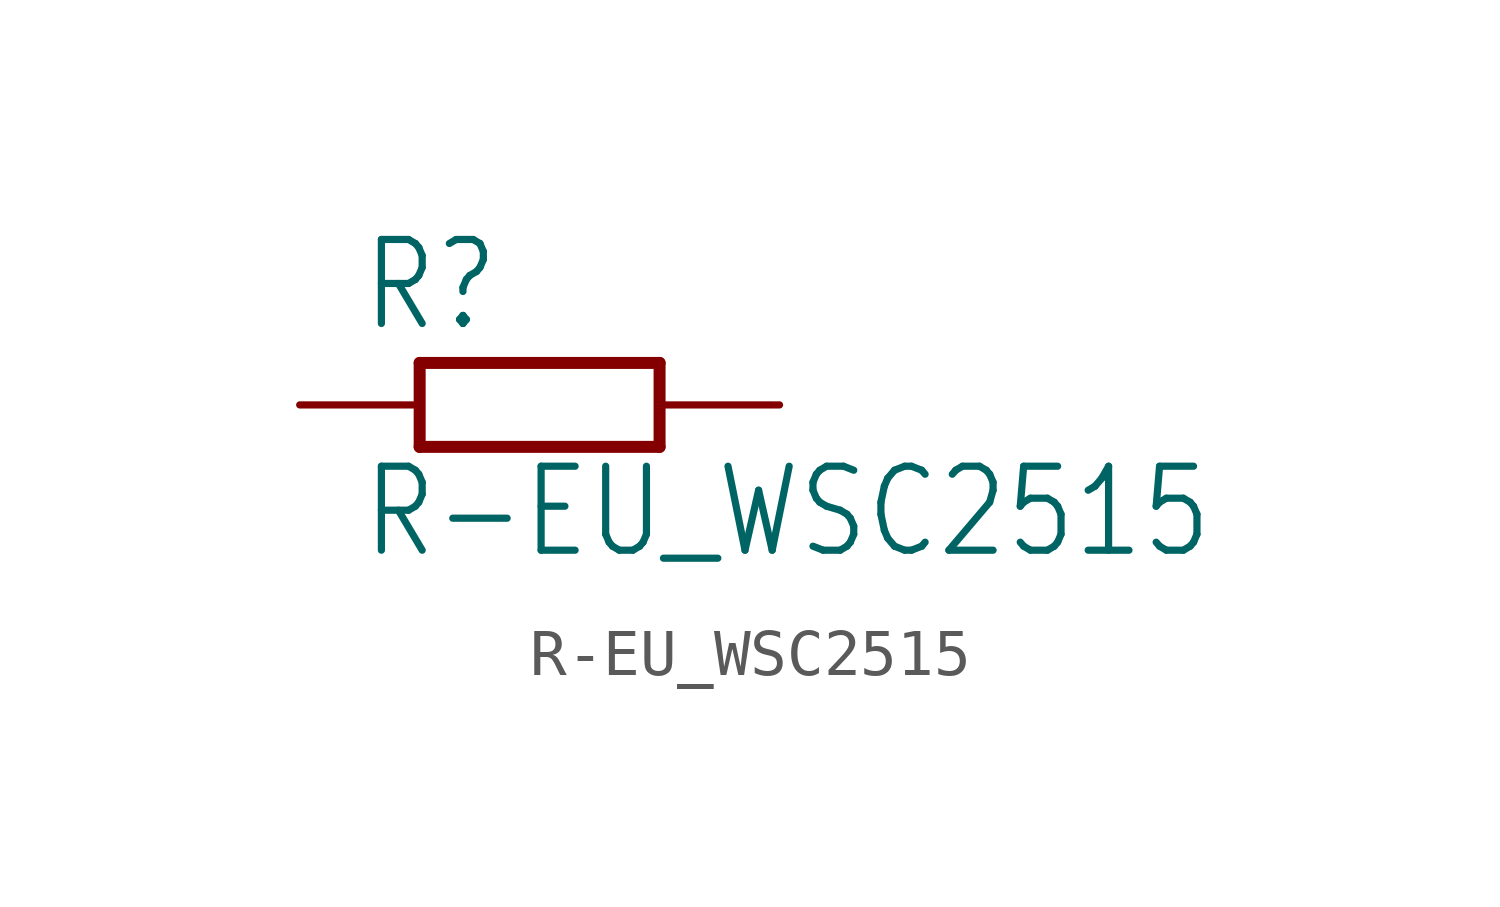
<source format=kicad_sym>
(kicad_symbol_lib
  (version 20220331)
  (generator kicad_symbol_editor)
  (symbol "R-EU_WSC2515"
    (property "Reference" "R"
      (at -3.81 1.499 0)
      (effects (font (size 1.778 1.511)) (justify left bottom)))
    (property "Value" "R-EU_WSC2515"
      (at -3.81 -3.302 0)
      (effects (font (size 1.778 1.511)) (justify left bottom)))
    (property "ki_locked" ""
      (at 0 0 0)
      (effects (font (size 1.27 1.27))))
    (symbol "R-EU_WSC2515_1_0"
      (polyline (pts (xy -2.54 -0.889) (xy -2.54 0.889)) (stroke (width 0.254) (type solid)) (fill (type none)))
      (polyline (pts (xy -2.54 -0.889) (xy 2.54 -0.889)) (stroke (width 0.254) (type solid)) (fill (type none)))
      (polyline (pts (xy 2.54 -0.889) (xy 2.54 0.889)) (stroke (width 0.254) (type solid)) (fill (type none)))
      (polyline (pts (xy 2.54 0.889) (xy -2.54 0.889)) (stroke (width 0.254) (type solid)) (fill (type none)))
      (pin passive line (at -5.08 0 0) (length 2.54) (name "1" (effects (font (size 0 0)))) (number "1" (effects (font (size 0 0)))))
      (pin passive line (at 5.08 0 180) (length 2.54) (name "2" (effects (font (size 0 0)))) (number "2" (effects (font (size 0 0))))))))
</source>
